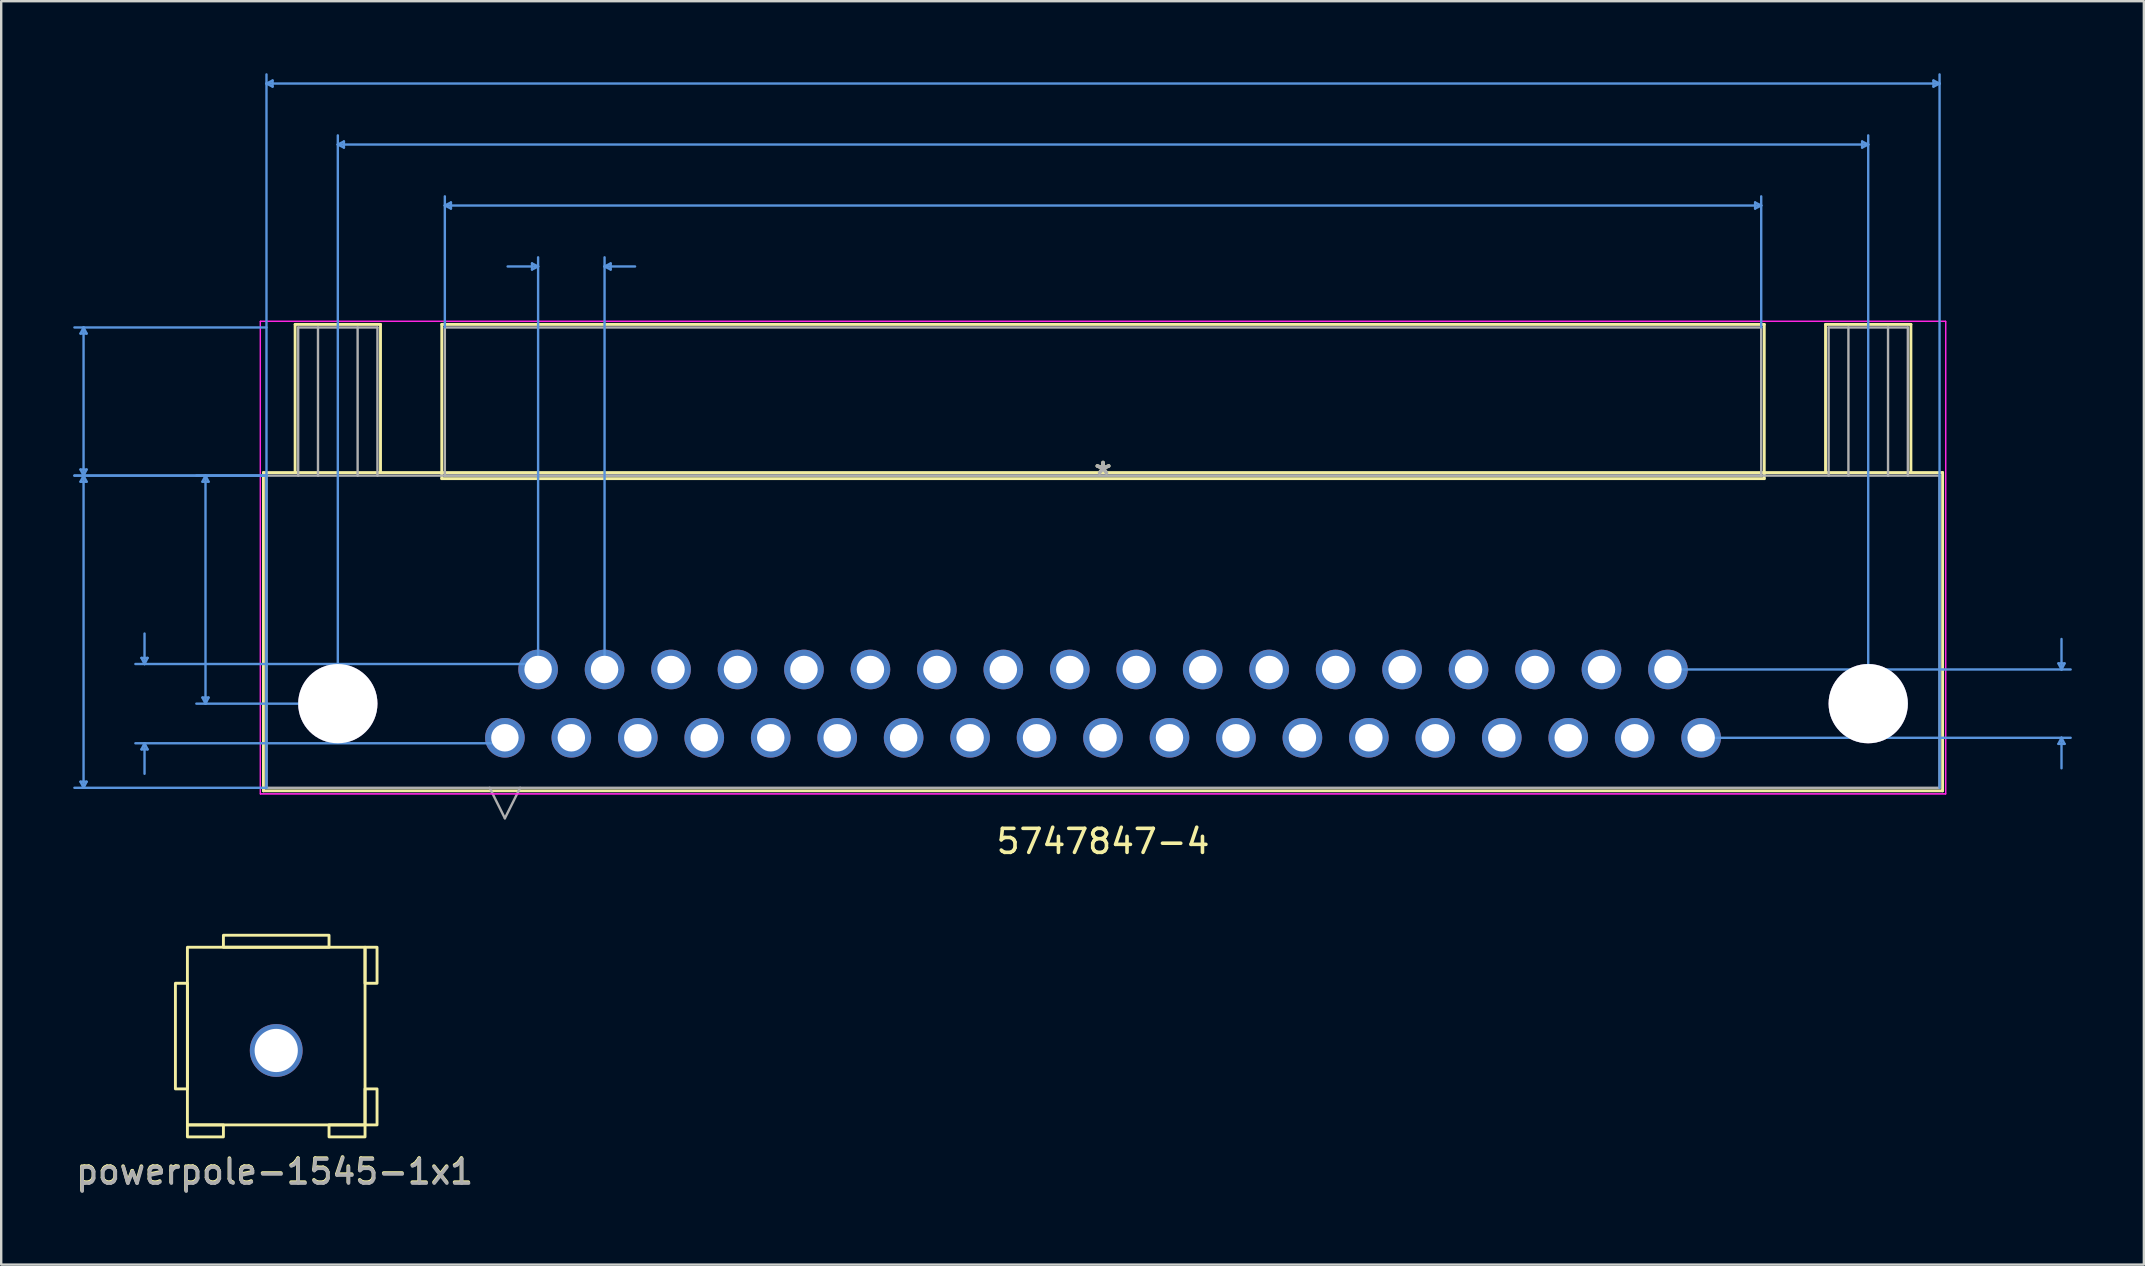
<source format=kicad_pcb>
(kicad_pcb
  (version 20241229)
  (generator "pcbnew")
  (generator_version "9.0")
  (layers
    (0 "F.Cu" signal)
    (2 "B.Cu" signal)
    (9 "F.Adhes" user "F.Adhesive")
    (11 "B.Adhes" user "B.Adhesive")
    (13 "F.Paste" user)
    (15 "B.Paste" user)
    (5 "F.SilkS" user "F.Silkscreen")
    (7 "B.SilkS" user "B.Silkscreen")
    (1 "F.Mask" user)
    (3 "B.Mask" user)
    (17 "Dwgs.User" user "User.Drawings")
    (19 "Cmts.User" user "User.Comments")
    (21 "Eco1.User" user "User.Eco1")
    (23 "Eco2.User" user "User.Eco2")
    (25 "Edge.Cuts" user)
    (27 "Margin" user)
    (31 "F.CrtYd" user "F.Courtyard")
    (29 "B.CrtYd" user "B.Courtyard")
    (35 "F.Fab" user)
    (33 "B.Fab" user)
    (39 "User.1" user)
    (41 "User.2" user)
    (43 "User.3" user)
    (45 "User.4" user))
  (footprint "5747847-4"
    (layer "F.Cu")
    (at 42.9 16.763)
    (property "Reference" "5747847-4" (at 0 15.24 0) (layer "F.SilkS") (effects (font (size 1 1) (thickness 0.15))))
    (attr through_hole)
    (fp_line (start -34.976 -0.127) (end -34.976 13.132) (stroke (width 0.12) (type solid)) (layer "F.SilkS"))
    (fp_line (start -34.976 13.132) (end 34.976 13.132) (stroke (width 0.12) (type solid)) (layer "F.SilkS"))
    (fp_line (start -33.655 -6.299) (end -30.099 -6.299) (stroke (width 0.12) (type solid)) (layer "F.SilkS"))
    (fp_line (start -33.655 -0.127) (end -33.655 -6.299) (stroke (width 0.12) (type solid)) (layer "F.SilkS"))
    (fp_line (start -30.099 -6.299) (end -30.099 -0.127) (stroke (width 0.12) (type solid)) (layer "F.SilkS"))
    (fp_line (start -27.546 -6.299) (end -27.546 0.127) (stroke (width 0.12) (type solid)) (layer "F.SilkS"))
    (fp_line (start -27.546 0.127) (end 27.546 0.127) (stroke (width 0.12) (type solid)) (layer "F.SilkS"))
    (fp_line (start 27.546 -6.299) (end -27.546 -6.299) (stroke (width 0.12) (type solid)) (layer "F.SilkS"))
    (fp_line (start 27.546 0.127) (end 27.546 -6.299) (stroke (width 0.12) (type solid)) (layer "F.SilkS"))
    (fp_line (start 30.099 -6.299) (end 33.655 -6.299) (stroke (width 0.12) (type solid)) (layer "F.SilkS"))
    (fp_line (start 30.099 -0.127) (end 30.099 -6.299) (stroke (width 0.12) (type solid)) (layer "F.SilkS"))
    (fp_line (start 33.655 -6.299) (end 33.655 -0.127) (stroke (width 0.12) (type solid)) (layer "F.SilkS"))
    (fp_line (start 34.976 -0.127) (end -34.976 -0.127) (stroke (width 0.12) (type solid)) (layer "F.SilkS"))
    (fp_line (start 34.976 13.132) (end 34.976 -0.127) (stroke (width 0.12) (type solid)) (layer "F.SilkS"))
    (fp_line (start -42.596 -5.918) (end -42.342 -5.918) (stroke (width 0.1) (type solid)) (layer "Cmts.User"))
    (fp_line (start -42.596 -0.254) (end -42.342 -0.254) (stroke (width 0.1) (type solid)) (layer "Cmts.User"))
    (fp_line (start -42.596 0.254) (end -42.342 0.254) (stroke (width 0.1) (type solid)) (layer "Cmts.User"))
    (fp_line (start -42.596 12.751) (end -42.342 12.751) (stroke (width 0.1) (type solid)) (layer "Cmts.User"))
    (fp_line (start -42.469 -6.172) (end -42.596 -5.918) (stroke (width 0.1) (type solid)) (layer "Cmts.User"))
    (fp_line (start -42.469 -6.172) (end -42.469 0) (stroke (width 0.1) (type solid)) (layer "Cmts.User"))
    (fp_line (start -42.469 -6.172) (end -42.342 -5.918) (stroke (width 0.1) (type solid)) (layer "Cmts.User"))
    (fp_line (start -42.469 0) (end -42.596 -0.254) (stroke (width 0.1) (type solid)) (layer "Cmts.User"))
    (fp_line (start -42.469 0) (end -42.596 0.254) (stroke (width 0.1) (type solid)) (layer "Cmts.User"))
    (fp_line (start -42.469 0) (end -42.469 13.005) (stroke (width 0.1) (type solid)) (layer "Cmts.User"))
    (fp_line (start -42.469 0) (end -42.342 -0.254) (stroke (width 0.1) (type solid)) (layer "Cmts.User"))
    (fp_line (start -42.469 0) (end -42.342 0.254) (stroke (width 0.1) (type solid)) (layer "Cmts.User"))
    (fp_line (start -42.469 13.005) (end -42.596 12.751) (stroke (width 0.1) (type solid)) (layer "Cmts.User"))
    (fp_line (start -42.469 13.005) (end -42.342 12.751) (stroke (width 0.1) (type solid)) (layer "Cmts.User"))
    (fp_line (start -40.056 7.595) (end -39.802 7.595) (stroke (width 0.1) (type solid)) (layer "Cmts.User"))
    (fp_line (start -40.056 11.405) (end -39.802 11.405) (stroke (width 0.1) (type solid)) (layer "Cmts.User"))
    (fp_line (start -39.929 7.849) (end -40.056 7.595) (stroke (width 0.1) (type solid)) (layer "Cmts.User"))
    (fp_line (start -39.929 7.849) (end -39.929 6.579) (stroke (width 0.1) (type solid)) (layer "Cmts.User"))
    (fp_line (start -39.929 7.849) (end -39.802 7.595) (stroke (width 0.1) (type solid)) (layer "Cmts.User"))
    (fp_line (start -39.929 11.151) (end -40.056 11.405) (stroke (width 0.1) (type solid)) (layer "Cmts.User"))
    (fp_line (start -39.929 11.151) (end -39.929 12.421) (stroke (width 0.1) (type solid)) (layer "Cmts.User"))
    (fp_line (start -39.929 11.151) (end -39.802 11.405) (stroke (width 0.1) (type solid)) (layer "Cmts.User"))
    (fp_line (start -37.516 0.254) (end -37.262 0.254) (stroke (width 0.1) (type solid)) (layer "Cmts.User"))
    (fp_line (start -37.516 9.246) (end -37.262 9.246) (stroke (width 0.1) (type solid)) (layer "Cmts.User"))
    (fp_line (start -37.389 0) (end -37.516 0.254) (stroke (width 0.1) (type solid)) (layer "Cmts.User"))
    (fp_line (start -37.389 0) (end -37.389 9.5) (stroke (width 0.1) (type solid)) (layer "Cmts.User"))
    (fp_line (start -37.389 0) (end -37.262 0.254) (stroke (width 0.1) (type solid)) (layer "Cmts.User"))
    (fp_line (start -37.389 9.5) (end -37.516 9.246) (stroke (width 0.1) (type solid)) (layer "Cmts.User"))
    (fp_line (start -37.389 9.5) (end -37.262 9.246) (stroke (width 0.1) (type solid)) (layer "Cmts.User"))
    (fp_line (start -34.849 -16.332) (end -34.595 -16.459) (stroke (width 0.1) (type solid)) (layer "Cmts.User"))
    (fp_line (start -34.849 -16.332) (end -34.595 -16.205) (stroke (width 0.1) (type solid)) (layer "Cmts.User"))
    (fp_line (start -34.849 -16.332) (end 34.849 -16.332) (stroke (width 0.1) (type solid)) (layer "Cmts.User"))
    (fp_line (start -34.849 -6.172) (end -42.85 -6.172) (stroke (width 0.1) (type solid)) (layer "Cmts.User"))
    (fp_line (start -34.849 0) (end -42.85 0) (stroke (width 0.1) (type solid)) (layer "Cmts.User"))
    (fp_line (start -34.849 0) (end -42.85 0) (stroke (width 0.1) (type solid)) (layer "Cmts.User"))
    (fp_line (start -34.849 0) (end -37.77 0) (stroke (width 0.1) (type solid)) (layer "Cmts.User"))
    (fp_line (start -34.849 13.005) (end -42.85 13.005) (stroke (width 0.1) (type solid)) (layer "Cmts.User"))
    (fp_line (start -34.849 13.005) (end -34.849 -16.713) (stroke (width 0.1) (type solid)) (layer "Cmts.User"))
    (fp_line (start -34.595 -16.459) (end -34.595 -16.205) (stroke (width 0.1) (type solid)) (layer "Cmts.User"))
    (fp_line (start -31.877 -13.792) (end -31.623 -13.919) (stroke (width 0.1) (type solid)) (layer "Cmts.User"))
    (fp_line (start -31.877 -13.792) (end -31.623 -13.665) (stroke (width 0.1) (type solid)) (layer "Cmts.User"))
    (fp_line (start -31.877 -13.792) (end 31.877 -13.792) (stroke (width 0.1) (type solid)) (layer "Cmts.User"))
    (fp_line (start -31.877 9.5) (end -37.77 9.5) (stroke (width 0.1) (type solid)) (layer "Cmts.User"))
    (fp_line (start -31.877 9.5) (end -31.877 -14.173) (stroke (width 0.1) (type solid)) (layer "Cmts.User"))
    (fp_line (start -31.623 -13.919) (end -31.623 -13.665) (stroke (width 0.1) (type solid)) (layer "Cmts.User"))
    (fp_line (start -27.419 -11.252) (end -27.165 -11.379) (stroke (width 0.1) (type solid)) (layer "Cmts.User"))
    (fp_line (start -27.419 -11.252) (end -27.165 -11.125) (stroke (width 0.1) (type solid)) (layer "Cmts.User"))
    (fp_line (start -27.419 -11.252) (end 27.419 -11.252) (stroke (width 0.1) (type solid)) (layer "Cmts.User"))
    (fp_line (start -27.419 -6.172) (end -27.419 -11.633) (stroke (width 0.1) (type solid)) (layer "Cmts.User"))
    (fp_line (start -27.165 -11.379) (end -27.165 -11.125) (stroke (width 0.1) (type solid)) (layer "Cmts.User"))
    (fp_line (start -24.917 11.151) (end -40.31 11.151) (stroke (width 0.1) (type solid)) (layer "Cmts.User"))
    (fp_line (start -23.787 -8.839) (end -23.787 -8.585) (stroke (width 0.1) (type solid)) (layer "Cmts.User"))
    (fp_line (start -23.533 -8.712) (end -24.803 -8.712) (stroke (width 0.1) (type solid)) (layer "Cmts.User"))
    (fp_line (start -23.533 -8.712) (end -23.787 -8.839) (stroke (width 0.1) (type solid)) (layer "Cmts.User"))
    (fp_line (start -23.533 -8.712) (end -23.787 -8.585) (stroke (width 0.1) (type solid)) (layer "Cmts.User"))
    (fp_line (start -23.533 7.849) (end -40.31 7.849) (stroke (width 0.1) (type solid)) (layer "Cmts.User"))
    (fp_line (start -23.533 8.077) (end -23.533 -9.093) (stroke (width 0.1) (type solid)) (layer "Cmts.User"))
    (fp_line (start -20.765 -8.712) (end -20.511 -8.839) (stroke (width 0.1) (type solid)) (layer "Cmts.User"))
    (fp_line (start -20.765 -8.712) (end -20.511 -8.585) (stroke (width 0.1) (type solid)) (layer "Cmts.User"))
    (fp_line (start -20.765 -8.712) (end -19.494 -8.712) (stroke (width 0.1) (type solid)) (layer "Cmts.User"))
    (fp_line (start -20.765 8.077) (end -20.765 -9.093) (stroke (width 0.1) (type solid)) (layer "Cmts.User"))
    (fp_line (start -20.511 -8.839) (end -20.511 -8.585) (stroke (width 0.1) (type solid)) (layer "Cmts.User"))
    (fp_line (start 23.533 8.077) (end 40.31 8.077) (stroke (width 0.1) (type solid)) (layer "Cmts.User"))
    (fp_line (start 24.917 10.922) (end 40.31 10.922) (stroke (width 0.1) (type solid)) (layer "Cmts.User"))
    (fp_line (start 27.165 -11.379) (end 27.165 -11.125) (stroke (width 0.1) (type solid)) (layer "Cmts.User"))
    (fp_line (start 27.419 -11.252) (end 27.165 -11.379) (stroke (width 0.1) (type solid)) (layer "Cmts.User"))
    (fp_line (start 27.419 -11.252) (end 27.165 -11.125) (stroke (width 0.1) (type solid)) (layer "Cmts.User"))
    (fp_line (start 27.419 -6.172) (end 27.419 -11.633) (stroke (width 0.1) (type solid)) (layer "Cmts.User"))
    (fp_line (start 31.623 -13.919) (end 31.623 -13.665) (stroke (width 0.1) (type solid)) (layer "Cmts.User"))
    (fp_line (start 31.877 -13.792) (end 31.623 -13.919) (stroke (width 0.1) (type solid)) (layer "Cmts.User"))
    (fp_line (start 31.877 -13.792) (end 31.623 -13.665) (stroke (width 0.1) (type solid)) (layer "Cmts.User"))
    (fp_line (start 31.877 9.5) (end 31.877 -14.173) (stroke (width 0.1) (type solid)) (layer "Cmts.User"))
    (fp_line (start 34.595 -16.459) (end 34.595 -16.205) (stroke (width 0.1) (type solid)) (layer "Cmts.User"))
    (fp_line (start 34.849 -16.332) (end 34.595 -16.459) (stroke (width 0.1) (type solid)) (layer "Cmts.User"))
    (fp_line (start 34.849 -16.332) (end 34.595 -16.205) (stroke (width 0.1) (type solid)) (layer "Cmts.User"))
    (fp_line (start 34.849 13.005) (end 34.849 -16.713) (stroke (width 0.1) (type solid)) (layer "Cmts.User"))
    (fp_line (start 39.802 7.823) (end 40.056 7.823) (stroke (width 0.1) (type solid)) (layer "Cmts.User"))
    (fp_line (start 39.802 11.176) (end 40.056 11.176) (stroke (width 0.1) (type solid)) (layer "Cmts.User"))
    (fp_line (start 39.929 8.077) (end 39.802 7.823) (stroke (width 0.1) (type solid)) (layer "Cmts.User"))
    (fp_line (start 39.929 8.077) (end 39.929 6.807) (stroke (width 0.1) (type solid)) (layer "Cmts.User"))
    (fp_line (start 39.929 8.077) (end 40.056 7.823) (stroke (width 0.1) (type solid)) (layer "Cmts.User"))
    (fp_line (start 39.929 10.922) (end 39.802 11.176) (stroke (width 0.1) (type solid)) (layer "Cmts.User"))
    (fp_line (start 39.929 10.922) (end 39.929 12.192) (stroke (width 0.1) (type solid)) (layer "Cmts.User"))
    (fp_line (start 39.929 10.922) (end 40.056 11.176) (stroke (width 0.1) (type solid)) (layer "Cmts.User"))
    (fp_line (start -35.103 -6.426) (end -35.103 13.259) (stroke (width 0.05) (type solid)) (layer "F.CrtYd"))
    (fp_line (start -35.103 -6.426) (end -35.103 13.259) (stroke (width 0.05) (type solid)) (layer "F.CrtYd"))
    (fp_line (start -35.103 13.259) (end 35.103 13.259) (stroke (width 0.05) (type solid)) (layer "F.CrtYd"))
    (fp_line (start -35.103 13.259) (end 35.103 13.259) (stroke (width 0.05) (type solid)) (layer "F.CrtYd"))
    (fp_line (start 35.103 -6.426) (end -35.103 -6.426) (stroke (width 0.05) (type solid)) (layer "F.CrtYd"))
    (fp_line (start 35.103 -6.426) (end -35.103 -6.426) (stroke (width 0.05) (type solid)) (layer "F.CrtYd"))
    (fp_line (start 35.103 13.259) (end 35.103 -6.426) (stroke (width 0.05) (type solid)) (layer "F.CrtYd"))
    (fp_line (start 35.103 13.259) (end 35.103 -6.426) (stroke (width 0.05) (type solid)) (layer "F.CrtYd"))
    (fp_line (start -34.849 0) (end -34.849 13.005) (stroke (width 0.1) (type solid)) (layer "F.Fab"))
    (fp_line (start -34.849 13.005) (end 34.849 13.005) (stroke (width 0.1) (type solid)) (layer "F.Fab"))
    (fp_line (start -33.528 -6.172) (end -30.226 -6.172) (stroke (width 0.1) (type solid)) (layer "F.Fab"))
    (fp_line (start -33.528 0) (end -33.528 -6.172) (stroke (width 0.1) (type solid)) (layer "F.Fab"))
    (fp_line (start -32.703 0) (end -32.703 -6.172) (stroke (width 0.1) (type solid)) (layer "F.Fab"))
    (fp_line (start -31.052 -6.172) (end -31.052 0) (stroke (width 0.1) (type solid)) (layer "F.Fab"))
    (fp_line (start -30.226 -6.172) (end -30.226 0) (stroke (width 0.1) (type solid)) (layer "F.Fab"))
    (fp_line (start -27.419 -6.172) (end -27.419 0) (stroke (width 0.1) (type solid)) (layer "F.Fab"))
    (fp_line (start -27.419 0) (end 27.419 0) (stroke (width 0.1) (type solid)) (layer "F.Fab"))
    (fp_line (start -25.552 13.005) (end -24.917 14.275) (stroke (width 0.1) (type solid)) (layer "F.Fab"))
    (fp_line (start -24.282 13.005) (end -24.917 14.275) (stroke (width 0.1) (type solid)) (layer "F.Fab"))
    (fp_line (start 27.419 -6.172) (end -27.419 -6.172) (stroke (width 0.1) (type solid)) (layer "F.Fab"))
    (fp_line (start 27.419 0) (end 27.419 -6.172) (stroke (width 0.1) (type solid)) (layer "F.Fab"))
    (fp_line (start 30.226 -6.172) (end 33.528 -6.172) (stroke (width 0.1) (type solid)) (layer "F.Fab"))
    (fp_line (start 30.226 0) (end 30.226 -6.172) (stroke (width 0.1) (type solid)) (layer "F.Fab"))
    (fp_line (start 31.052 0) (end 31.052 -6.172) (stroke (width 0.1) (type solid)) (layer "F.Fab"))
    (fp_line (start 32.703 -6.172) (end 32.703 0) (stroke (width 0.1) (type solid)) (layer "F.Fab"))
    (fp_line (start 33.528 -6.172) (end 33.528 0) (stroke (width 0.1) (type solid)) (layer "F.Fab"))
    (fp_line (start 34.849 0) (end -34.849 0) (stroke (width 0.1) (type solid)) (layer "F.Fab"))
    (fp_line (start 34.849 13.005) (end 34.849 0) (stroke (width 0.1) (type solid)) (layer "F.Fab"))
    (fp_text user "*" (at 0 0 0) (layer "F.SilkS") (effects (font (size 1 1) (thickness 0.15))))
    (fp_text user "Copyright 2021 Accelerated Designs. All rights reserved." (at 0 0 0) (layer "Cmts.User") (effects (font (size 0.127 0.127) (thickness 0.002))))
    (fp_text user "*" (at 0 0 0) (layer "F.Fab") (effects (font (size 1 1) (thickness 0.15))))
    (pad "1" thru_hole circle (at -24.917 10.922) (size 1.651 1.651) (drill 1.143) (layers "*.Cu" "*.Mask"))
    (pad "2" thru_hole circle (at -22.149 10.922) (size 1.651 1.651) (drill 1.143) (layers "*.Cu" "*.Mask"))
    (pad "3" thru_hole circle (at -19.38 10.922) (size 1.651 1.651) (drill 1.143) (layers "*.Cu" "*.Mask"))
    (pad "4" thru_hole circle (at -16.612 10.922) (size 1.651 1.651) (drill 1.143) (layers "*.Cu" "*.Mask"))
    (pad "5" thru_hole circle (at -13.843 10.922) (size 1.651 1.651) (drill 1.143) (layers "*.Cu" "*.Mask"))
    (pad "6" thru_hole circle (at -11.074 10.922) (size 1.651 1.651) (drill 1.143) (layers "*.Cu" "*.Mask"))
    (pad "7" thru_hole circle (at -8.306 10.922) (size 1.651 1.651) (drill 1.143) (layers "*.Cu" "*.Mask"))
    (pad "8" thru_hole circle (at -5.537 10.922) (size 1.651 1.651) (drill 1.143) (layers "*.Cu" "*.Mask"))
    (pad "9" thru_hole circle (at -2.769 10.922) (size 1.651 1.651) (drill 1.143) (layers "*.Cu" "*.Mask"))
    (pad "10" thru_hole circle (at 0 10.922) (size 1.651 1.651) (drill 1.143) (layers "*.Cu" "*.Mask"))
    (pad "11" thru_hole circle (at 2.769 10.922) (size 1.651 1.651) (drill 1.143) (layers "*.Cu" "*.Mask"))
    (pad "12" thru_hole circle (at 5.537 10.922) (size 1.651 1.651) (drill 1.143) (layers "*.Cu" "*.Mask"))
    (pad "13" thru_hole circle (at 8.306 10.922) (size 1.651 1.651) (drill 1.143) (layers "*.Cu" "*.Mask"))
    (pad "14" thru_hole circle (at 11.074 10.922) (size 1.651 1.651) (drill 1.143) (layers "*.Cu" "*.Mask"))
    (pad "15" thru_hole circle (at 13.843 10.922) (size 1.651 1.651) (drill 1.143) (layers "*.Cu" "*.Mask"))
    (pad "16" thru_hole circle (at 16.612 10.922) (size 1.651 1.651) (drill 1.143) (layers "*.Cu" "*.Mask"))
    (pad "17" thru_hole circle (at 19.38 10.922) (size 1.651 1.651) (drill 1.143) (layers "*.Cu" "*.Mask"))
    (pad "18" thru_hole circle (at 22.149 10.922) (size 1.651 1.651) (drill 1.143) (layers "*.Cu" "*.Mask"))
    (pad "19" thru_hole circle (at 24.917 10.922) (size 1.651 1.651) (drill 1.143) (layers "*.Cu" "*.Mask"))
    (pad "20" thru_hole circle (at -23.533 8.077) (size 1.651 1.651) (drill 1.143) (layers "*.Cu" "*.Mask"))
    (pad "21" thru_hole circle (at -20.765 8.077) (size 1.651 1.651) (drill 1.143) (layers "*.Cu" "*.Mask"))
    (pad "22" thru_hole circle (at -17.996 8.077) (size 1.651 1.651) (drill 1.143) (layers "*.Cu" "*.Mask"))
    (pad "23" thru_hole circle (at -15.227 8.077) (size 1.651 1.651) (drill 1.143) (layers "*.Cu" "*.Mask"))
    (pad "24" thru_hole circle (at -12.459 8.077) (size 1.651 1.651) (drill 1.143) (layers "*.Cu" "*.Mask"))
    (pad "25" thru_hole circle (at -9.69 8.077) (size 1.651 1.651) (drill 1.143) (layers "*.Cu" "*.Mask"))
    (pad "26" thru_hole circle (at -6.921 8.077) (size 1.651 1.651) (drill 1.143) (layers "*.Cu" "*.Mask"))
    (pad "27" thru_hole circle (at -4.153 8.077) (size 1.651 1.651) (drill 1.143) (layers "*.Cu" "*.Mask"))
    (pad "28" thru_hole circle (at -1.384 8.077) (size 1.651 1.651) (drill 1.143) (layers "*.Cu" "*.Mask"))
    (pad "29" thru_hole circle (at 1.384 8.077) (size 1.651 1.651) (drill 1.143) (layers "*.Cu" "*.Mask"))
    (pad "30" thru_hole circle (at 4.153 8.077) (size 1.651 1.651) (drill 1.143) (layers "*.Cu" "*.Mask"))
    (pad "31" thru_hole circle (at 6.921 8.077) (size 1.651 1.651) (drill 1.143) (layers "*.Cu" "*.Mask"))
    (pad "32" thru_hole circle (at 9.69 8.077) (size 1.651 1.651) (drill 1.143) (layers "*.Cu" "*.Mask"))
    (pad "33" thru_hole circle (at 12.459 8.077) (size 1.651 1.651) (drill 1.143) (layers "*.Cu" "*.Mask"))
    (pad "34" thru_hole circle (at 15.227 8.077) (size 1.651 1.651) (drill 1.143) (layers "*.Cu" "*.Mask"))
    (pad "35" thru_hole circle (at 17.996 8.077) (size 1.651 1.651) (drill 1.143) (layers "*.Cu" "*.Mask"))
    (pad "36" thru_hole circle (at 20.765 8.077) (size 1.651 1.651) (drill 1.143) (layers "*.Cu" "*.Mask"))
    (pad "37" thru_hole circle (at 23.533 8.077) (size 1.651 1.651) (drill 1.143) (layers "*.Cu" "*.Mask"))
    (pad "38" thru_hole circle (at -31.877 9.5) (size 3.302 3.302) (drill 3.302) (layers "*.Cu" "*.Mask"))
    (pad "39" thru_hole circle (at 31.877 9.5) (size 3.302 3.302) (drill 3.302) (layers "*.Cu" "*.Mask")))
  (footprint "powerpole-1545-1x1"
    (layer "F.Cu")
    (at 8.457 40.711)
    (property "Reference" "powerpole-1545-1x1" (at -0.07 5.03 0) (unlocked yes) (layer "F.SilkS") (effects (font (size 1 1) (thickness 0.15))))
    (attr through_hole)
    (fp_rect (start -3.7 -4.3) (end 3.7 3.1) (stroke (width 0.12) (type solid)) (fill no) (layer "F.SilkS"))
    (fp_rect (start -3.7 1.6) (end -4.2 -2.8) (stroke (width 0.12) (type solid)) (fill no) (layer "F.SilkS"))
    (fp_rect (start -3.7 3.1) (end -2.2 3.6) (stroke (width 0.12) (type solid)) (fill no) (layer "F.SilkS"))
    (fp_rect (start 2.2 -4.8) (end -2.2 -4.3) (stroke (width 0.12) (type solid)) (fill no) (layer "F.SilkS"))
    (fp_rect (start 3.7 -4.3) (end 4.2 -2.8) (stroke (width 0.12) (type solid)) (fill no) (layer "F.SilkS"))
    (fp_rect (start 3.7 3.1) (end 2.2 3.6) (stroke (width 0.12) (type solid)) (fill no) (layer "F.SilkS"))
    (fp_rect (start 3.7 3.1) (end 4.2 1.6) (stroke (width 0.12) (type solid)) (fill no) (layer "F.SilkS"))
    (fp_text user "${REFERENCE}" (at -0.06 5.07 0) (unlocked yes) (layer "F.Fab") (effects (font (size 1 1) (thickness 0.15))))
    (pad "1" thru_hole circle (at 0 0) (size 2.2 2.2) (drill 1.8) (layers "*.Cu" "*.Mask")))
  (gr_rect
    (start -3 -3)
    (end 86.26 49.63)
    (stroke (width 0.1) (type default))
    (fill no)
    (layer "Edge.Cuts")))
</source>
